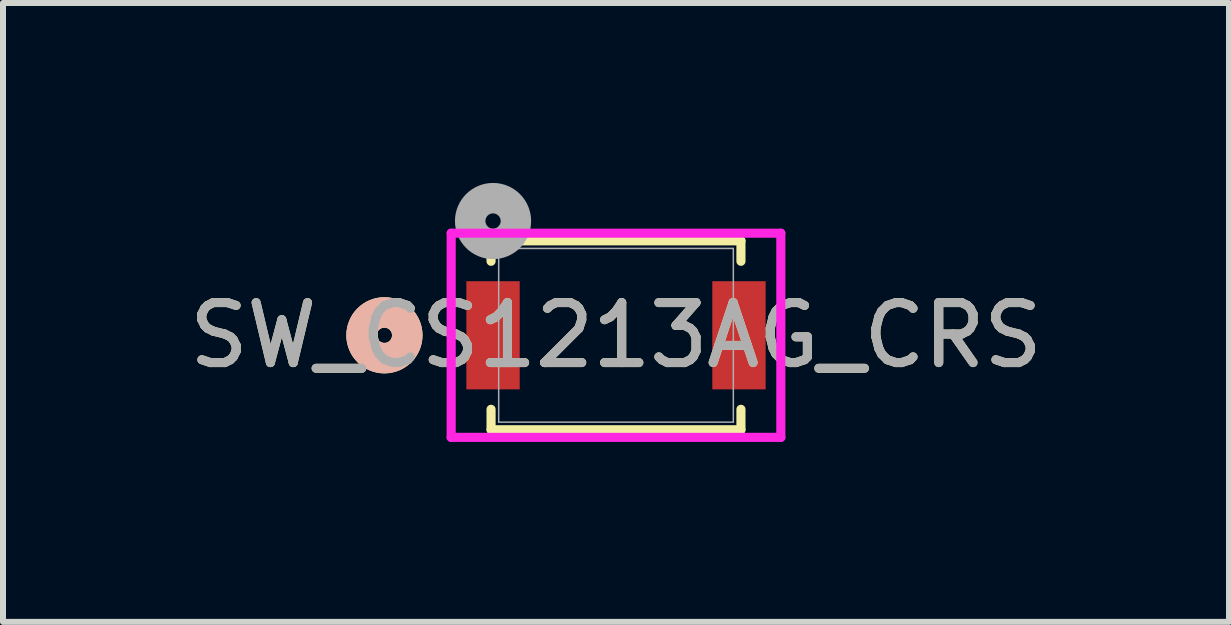
<source format=kicad_pcb>
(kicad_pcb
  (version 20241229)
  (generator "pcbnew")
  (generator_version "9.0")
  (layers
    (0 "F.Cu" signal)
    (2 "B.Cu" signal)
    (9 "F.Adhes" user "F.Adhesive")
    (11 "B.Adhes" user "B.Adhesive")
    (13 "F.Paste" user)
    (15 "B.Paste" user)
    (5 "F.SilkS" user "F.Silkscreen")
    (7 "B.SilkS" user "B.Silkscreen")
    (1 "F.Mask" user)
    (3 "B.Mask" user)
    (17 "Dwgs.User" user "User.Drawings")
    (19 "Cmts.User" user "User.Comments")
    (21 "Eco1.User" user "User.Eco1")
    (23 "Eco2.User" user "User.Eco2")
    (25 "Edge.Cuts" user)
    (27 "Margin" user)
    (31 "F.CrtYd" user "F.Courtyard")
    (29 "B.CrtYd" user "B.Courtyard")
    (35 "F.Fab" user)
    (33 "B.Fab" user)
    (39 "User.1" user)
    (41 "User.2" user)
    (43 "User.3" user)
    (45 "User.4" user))
  (footprint "SW_CS1213AG_CRS"
    (layer "F.Cu")
    (at 7.22 2.54)
    (property "Reference" "SW_CS1213AG_CRS" (at 0 0 0) (unlocked yes) (layer "F.SilkS") (effects (font (size 1 1) (thickness 0.15))))
    (attr smd)
    (fp_line (start -2.083 -1.575) (end -2.083 -1.234) (stroke (width 0.152) (type solid)) (layer "F.SilkS"))
    (fp_line (start -2.083 1.234) (end -2.083 1.575) (stroke (width 0.152) (type solid)) (layer "F.SilkS"))
    (fp_line (start -2.083 1.575) (end 2.083 1.575) (stroke (width 0.152) (type solid)) (layer "F.SilkS"))
    (fp_line (start 2.083 -1.575) (end -2.083 -1.575) (stroke (width 0.152) (type solid)) (layer "F.SilkS"))
    (fp_line (start 2.083 -1.234) (end 2.083 -1.575) (stroke (width 0.152) (type solid)) (layer "F.SilkS"))
    (fp_line (start 2.083 1.575) (end 2.083 1.234) (stroke (width 0.152) (type solid)) (layer "F.SilkS"))
    (fp_circle (center -3.861 0) (end -3.48 0) (stroke (width 0.508) (type solid)) (fill no) (layer "F.SilkS"))
    (fp_circle (center -3.861 0) (end -3.48 0) (stroke (width 0.508) (type solid)) (fill no) (layer "B.SilkS"))
    (fp_line (start -2.748 -1.702) (end -2.748 1.702) (stroke (width 0.152) (type solid)) (layer "F.CrtYd"))
    (fp_line (start -2.748 1.702) (end 2.748 1.702) (stroke (width 0.152) (type solid)) (layer "F.CrtYd"))
    (fp_line (start 2.748 -1.702) (end -2.748 -1.702) (stroke (width 0.152) (type solid)) (layer "F.CrtYd"))
    (fp_line (start 2.748 1.702) (end 2.748 -1.702) (stroke (width 0.152) (type solid)) (layer "F.CrtYd"))
    (fp_line (start -1.956 -1.448) (end -1.956 1.448) (stroke (width 0.025) (type solid)) (layer "F.Fab"))
    (fp_line (start -1.956 1.448) (end 1.956 1.448) (stroke (width 0.025) (type solid)) (layer "F.Fab"))
    (fp_line (start 1.956 -1.448) (end -1.956 -1.448) (stroke (width 0.025) (type solid)) (layer "F.Fab"))
    (fp_line (start 1.956 1.448) (end 1.956 -1.448) (stroke (width 0.025) (type solid)) (layer "F.Fab"))
    (fp_circle (center -2.05 -1.905) (end -1.669 -1.905) (stroke (width 0.508) (type solid)) (fill no) (layer "F.Fab"))
    (fp_text user "${REFERENCE}" (at 0 0 0) (unlocked yes) (layer "F.Fab") (effects (font (size 1 1) (thickness 0.15))))
    (pad "1" smd rect (at -2.05 0) (size 0.889 1.803) (layers "F.Cu" "F.Mask" "F.Paste"))
    (pad "2" smd rect (at 2.05 0) (size 0.889 1.803) (layers "F.Cu" "F.Mask" "F.Paste")))
  (gr_rect
    (start -3 -3)
    (end 17.44 7.318)
    (stroke (width 0.1) (type default))
    (fill no)
    (layer "Edge.Cuts")))
</source>
